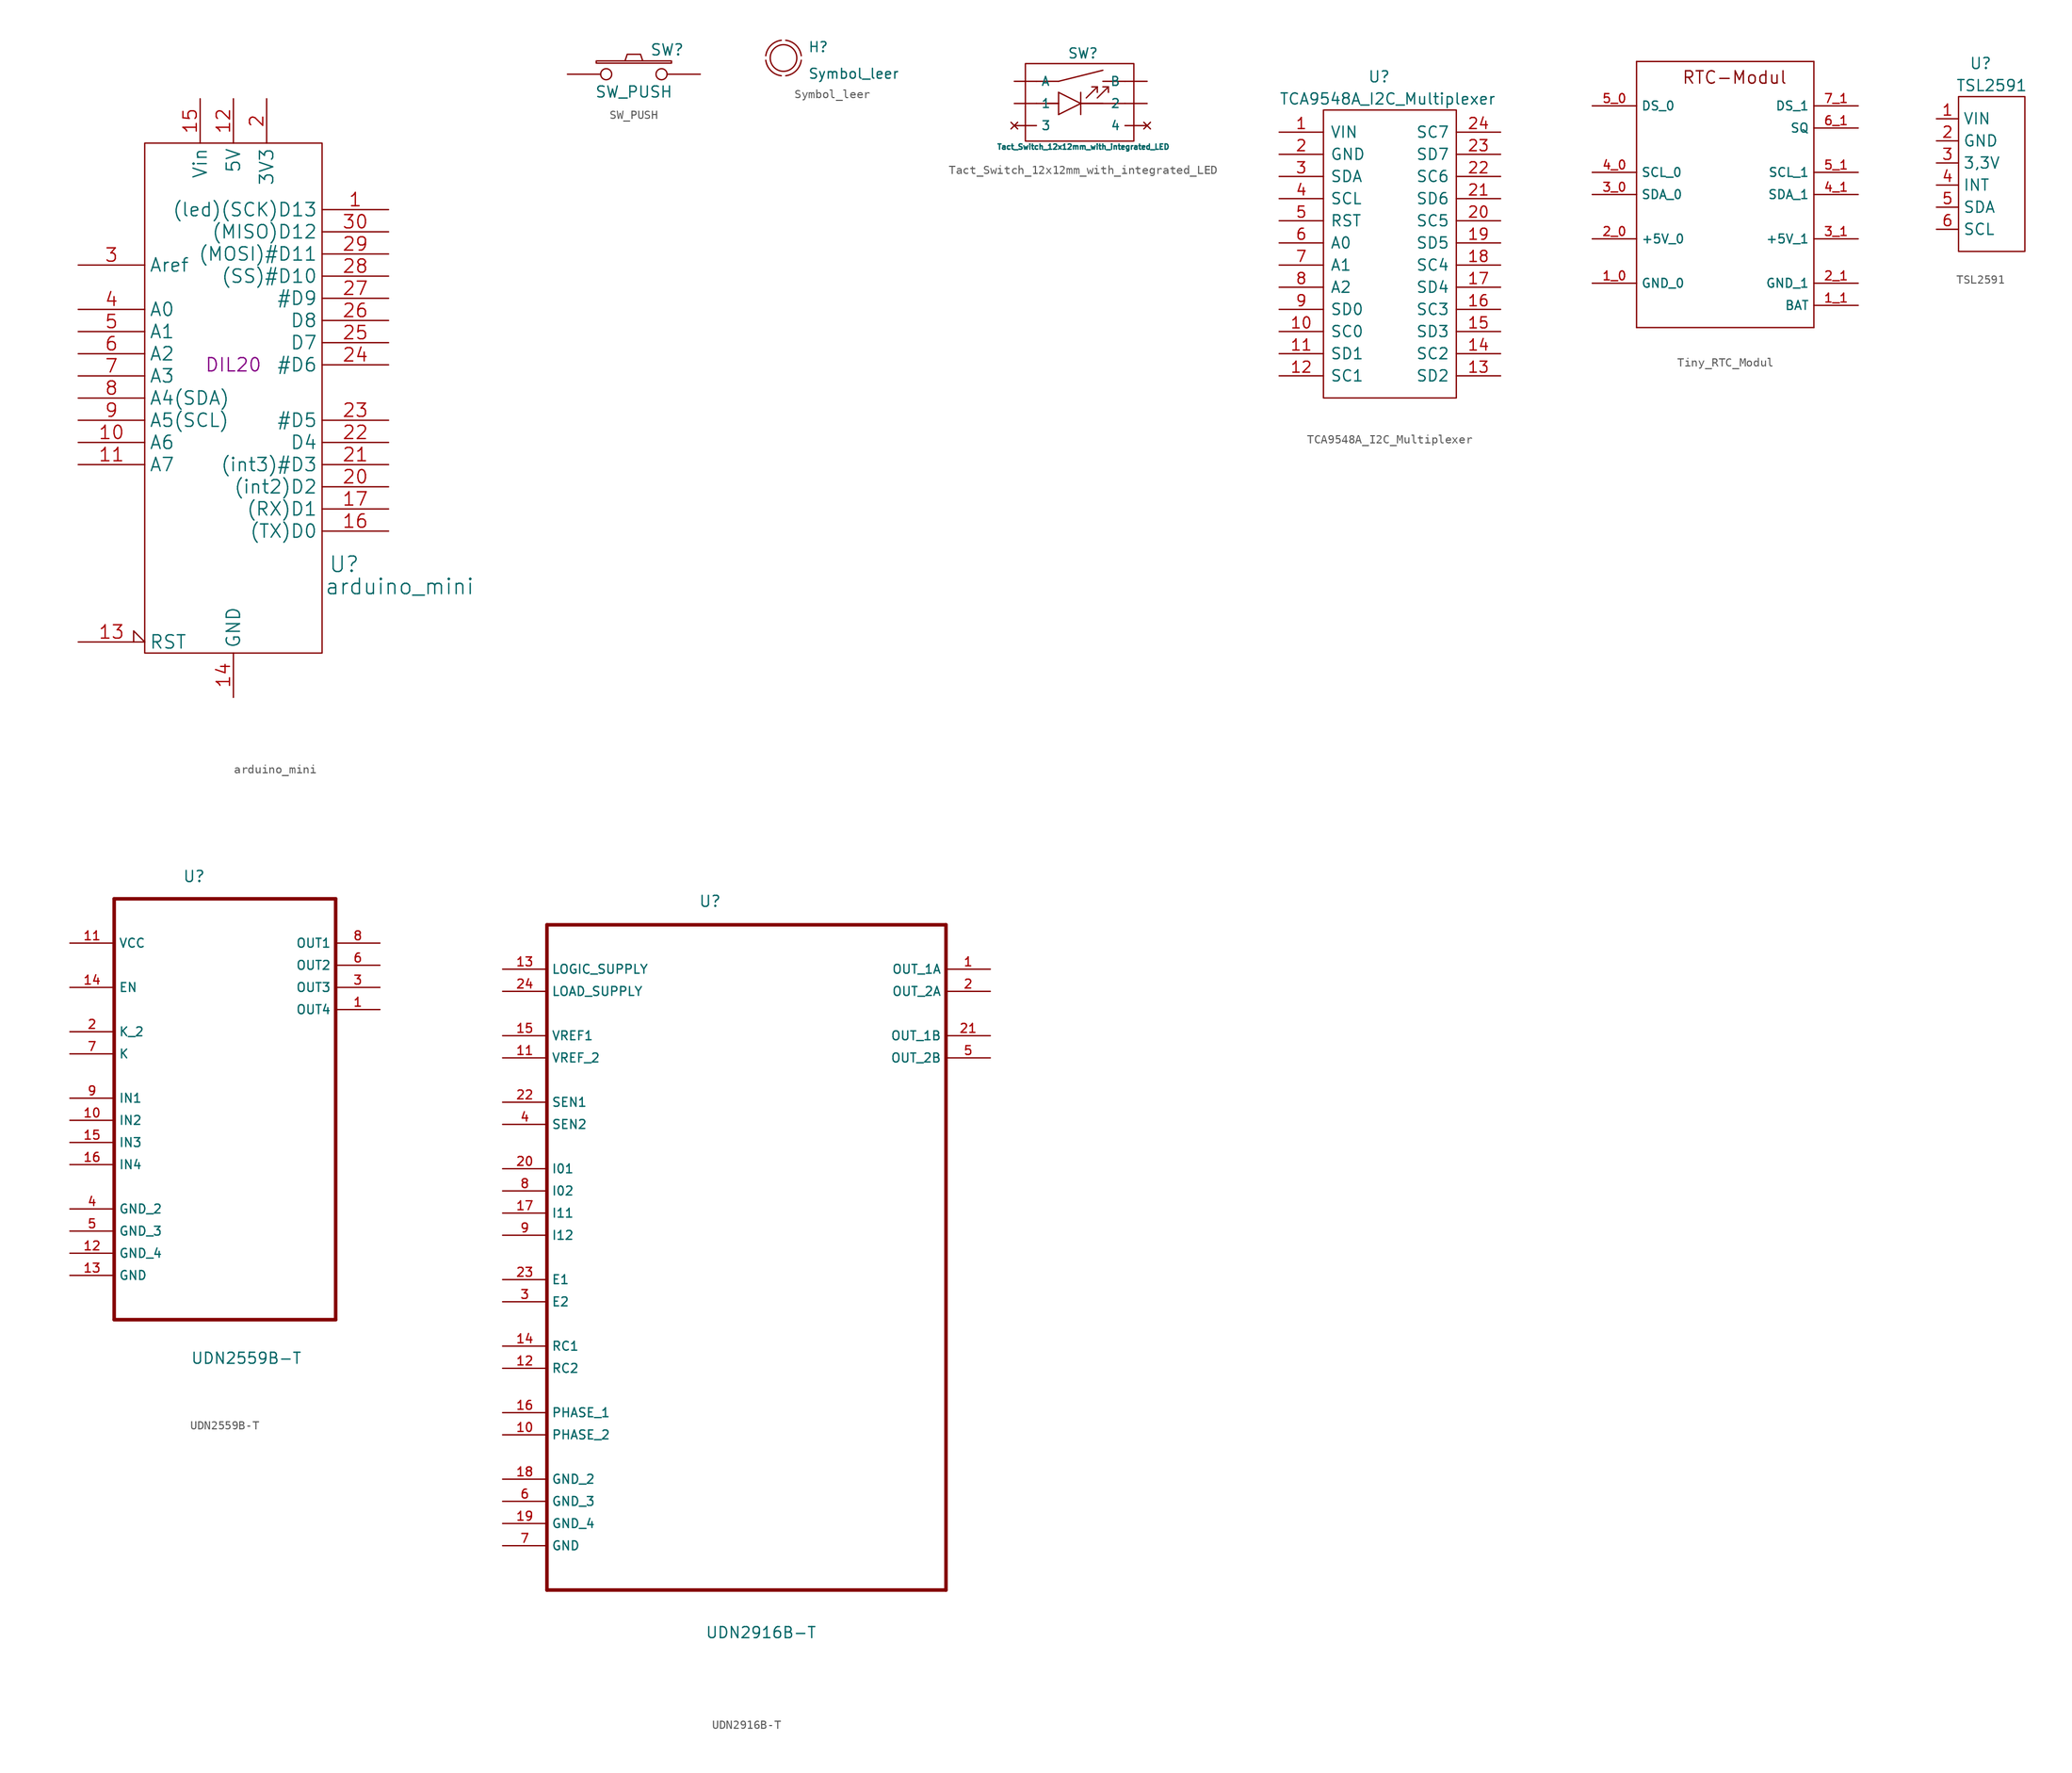
<source format=kicad_sym>
(kicad_symbol_lib
  (version 20201005)
  (generator kicad_symbol_editor)
  (symbol "Zimprich:arduino_mini"
    (property "Reference" "U"
      (at 12.7 -24.13 0)
      (effects (font (size 1.778 1.778))))
    (property "Value" "arduino_mini"
      (at 19.05 -26.67 0)
      (effects (font (size 1.778 1.778))))
    (property "Footprint" "DIL20"
      (at 0 -1.27 0)
      (effects (font (size 1.524 1.524))))
    (symbol "arduino_mini_0_0"
      (pin power_in line (at 0 -39.37 90) (length 5.08) (name "GND" (effects (font (size 1.524 1.524)))) (number "14" (effects (font (size 1.524 1.524)))))
      (pin power_in line (at -3.81 29.21 270) (length 5.08) (name "Vin" (effects (font (size 1.524 1.524)))) (number "15" (effects (font (size 1.524 1.524))))))
    (symbol "arduino_mini_0_1"
      (rectangle (start -10.16 24.13) (end 10.16 -34.29) (stroke (width 0)) (fill (type none))))
    (symbol "arduino_mini_1_1"
      (pin input line (at 17.78 16.51 180) (length 7.62) (name "(led)(SCK)D13" (effects (font (size 1.524 1.524)))) (number "1" (effects (font (size 1.524 1.524)))))
      (pin bidirectional line (at -17.78 -10.16 0) (length 7.62) (name "A6" (effects (font (size 1.524 1.524)))) (number "10" (effects (font (size 1.524 1.524)))))
      (pin bidirectional line (at -17.78 -12.7 0) (length 7.62) (name "A7" (effects (font (size 1.524 1.524)))) (number "11" (effects (font (size 1.524 1.524)))))
      (pin power_out line (at 0 29.21 270) (length 5.08) (name "5V" (effects (font (size 1.524 1.524)))) (number "12" (effects (font (size 1.524 1.524)))))
      (pin input input_low (at -17.78 -33.02 0) (length 7.62) (name "RST" (effects (font (size 1.524 1.524)))) (number "13" (effects (font (size 1.524 1.524)))))
      (pin bidirectional line (at 17.78 -20.32 180) (length 7.62) (name "(TX)D0" (effects (font (size 1.524 1.524)))) (number "16" (effects (font (size 1.524 1.524)))))
      (pin bidirectional line (at 17.78 -17.78 180) (length 7.62) (name "(RX)D1" (effects (font (size 1.524 1.524)))) (number "17" (effects (font (size 1.524 1.524)))))
      (pin input input_low (at -17.78 -30.48 0) (length 7.62) hide (name "RST" (effects (font (size 1.524 1.524)))) (number "18" (effects (font (size 1.524 1.524)))))
      (pin power_in line (at 2.54 -39.37 90) (length 5.08) hide (name "GND" (effects (font (size 1.524 1.524)))) (number "19" (effects (font (size 1.524 1.524)))))
      (pin power_out line (at 3.81 29.21 270) (length 5.08) (name "3V3" (effects (font (size 1.524 1.524)))) (number "2" (effects (font (size 1.524 1.524)))))
      (pin bidirectional line (at 17.78 -15.24 180) (length 7.62) (name "(int2)D2" (effects (font (size 1.524 1.524)))) (number "20" (effects (font (size 1.524 1.524)))))
      (pin bidirectional line (at 17.78 -12.7 180) (length 7.62) (name "(int3)#D3" (effects (font (size 1.524 1.524)))) (number "21" (effects (font (size 1.524 1.524)))))
      (pin bidirectional line (at 17.78 -10.16 180) (length 7.62) (name "D4" (effects (font (size 1.524 1.524)))) (number "22" (effects (font (size 1.524 1.524)))))
      (pin bidirectional line (at 17.78 -7.62 180) (length 7.62) (name "#D5" (effects (font (size 1.524 1.524)))) (number "23" (effects (font (size 1.524 1.524)))))
      (pin bidirectional line (at 17.78 -1.27 180) (length 7.62) (name "#D6" (effects (font (size 1.524 1.524)))) (number "24" (effects (font (size 1.524 1.524)))))
      (pin bidirectional line (at 17.78 1.27 180) (length 7.62) (name "D7" (effects (font (size 1.524 1.524)))) (number "25" (effects (font (size 1.524 1.524)))))
      (pin bidirectional line (at 17.78 3.81 180) (length 7.62) (name "D8" (effects (font (size 1.524 1.524)))) (number "26" (effects (font (size 1.524 1.524)))))
      (pin bidirectional line (at 17.78 6.35 180) (length 7.62) (name "#D9" (effects (font (size 1.524 1.524)))) (number "27" (effects (font (size 1.524 1.524)))))
      (pin bidirectional line (at 17.78 8.89 180) (length 7.62) (name "(SS)#D10" (effects (font (size 1.524 1.524)))) (number "28" (effects (font (size 1.524 1.524)))))
      (pin bidirectional line (at 17.78 11.43 180) (length 7.62) (name "(MOSI)#D11" (effects (font (size 1.524 1.524)))) (number "29" (effects (font (size 1.524 1.524)))))
      (pin input line (at -17.78 10.16 0) (length 7.62) (name "Aref" (effects (font (size 1.524 1.524)))) (number "3" (effects (font (size 1.524 1.524)))))
      (pin bidirectional line (at 17.78 13.97 180) (length 7.62) (name "(MISO)D12" (effects (font (size 1.524 1.524)))) (number "30" (effects (font (size 1.524 1.524)))))
      (pin bidirectional line (at -17.78 5.08 0) (length 7.62) (name "A0" (effects (font (size 1.524 1.524)))) (number "4" (effects (font (size 1.524 1.524)))))
      (pin bidirectional line (at -17.78 2.54 0) (length 7.62) (name "A1" (effects (font (size 1.524 1.524)))) (number "5" (effects (font (size 1.524 1.524)))))
      (pin bidirectional line (at -17.78 0 0) (length 7.62) (name "A2" (effects (font (size 1.524 1.524)))) (number "6" (effects (font (size 1.524 1.524)))))
      (pin bidirectional line (at -17.78 -2.54 0) (length 7.62) (name "A3" (effects (font (size 1.524 1.524)))) (number "7" (effects (font (size 1.524 1.524)))))
      (pin bidirectional line (at -17.78 -5.08 0) (length 7.62) (name "A4(SDA)" (effects (font (size 1.524 1.524)))) (number "8" (effects (font (size 1.524 1.524)))))
      (pin bidirectional line (at -17.78 -7.62 0) (length 7.62) (name "A5(SCL)" (effects (font (size 1.524 1.524)))) (number "9" (effects (font (size 1.524 1.524)))))))
  (symbol "Zimprich:SW_PUSH"
    (pin_numbers hide)
    (pin_names hide)
    (property "Reference" "SW"
      (at 3.81 2.794 0)
      (effects (font (size 1.27 1.27))))
    (property "Value" "SW_PUSH"
      (at 0 -2.032 0)
      (effects (font (size 1.27 1.27))))
    (property "Footprint" ""
      (at 0 0 0)
      (effects (font (size 1.524 1.524))))
    (property "Datasheet" ""
      (at 0 0 0)
      (effects (font (size 1.524 1.524))))
    (symbol "SW_PUSH_0_1"
      (rectangle (start -4.318 1.27) (end 4.318 1.524) (stroke (width 0)) (fill (type none)))
      (polyline (pts (xy -1.016 1.524) (xy -0.762 2.286) (xy 0.762 2.286) (xy 1.016 1.524)) (stroke (width 0)) (fill (type none)))
      (pin passive inverted (at -7.62 0 0) (length 5.08) (name "1" (effects (font (size 1.524 1.524)))) (number "1" (effects (font (size 1.524 1.524)))))
      (pin passive inverted (at 7.62 0 180) (length 5.08) (name "2" (effects (font (size 1.524 1.524)))) (number "2" (effects (font (size 1.524 1.524)))))))
  (symbol "Zimprich:Symbol_leer"
    (pin_numbers hide)
    (pin_names hide)
    (property "Reference" "H"
      (at 2.794 0.584 0)
      (effects (font (size 1.143 1.143)) (justify left bottom)))
    (property "Value" "Symbol_leer"
      (at 2.794 -2.464 0)
      (effects (font (size 1.143 1.143)) (justify left bottom)))
    (property "ki_locked" ""
      (at 0 0 0)
      (effects (font (size 1.27 1.27))))
    (symbol "Symbol_leer_1_1"
      (arc (start 2.032 0.254) (end 0.254 2.032) (radius (at 0 0) (length 2.032) (angles 7.3 82.8)) (stroke (width 0)) (fill (type none)))
      (arc (start -0.254 2.032) (end -2.032 0.254) (radius (at 0 0) (length 2.032) (angles 97.3 172.8)) (stroke (width 0)) (fill (type none)))
      (arc (start -2.032 -0.254) (end -0.254 -2.032) (radius (at 0 0) (length 2.032) (angles -172.7 -97.2)) (stroke (width 0)) (fill (type none)))
      (arc (start 0.254 -2.032) (end 2.032 -0.254) (radius (at 0 0) (length 2.032) (angles -82.7 -7.2)) (stroke (width 0)) (fill (type none)))
      (circle (center 0 0) (radius 1.524) (stroke (width 0)) (fill (type none)))))
  (symbol "Zimprich:Tact_Switch_12x12mm_with_integrated_LED"
    (pin_numbers hide)
    (property "Reference" "SW"
      (at -1.524 5.08 0)
      (effects (font (size 1.143 1.143)) (justify left bottom)))
    (property "Value" "Tact_Switch_12x12mm_with_integrated_LED"
      (at -9.652 -5.334 0)
      (effects (font (size 0.61 0.61)) (justify left bottom)))
    (symbol "Tact_Switch_12x12mm_with_integrated_LED_0_1"
      (rectangle (start -6.35 4.572) (end 6.096 -4.318) (stroke (width 0)) (fill (type none))))
    (symbol "Tact_Switch_12x12mm_with_integrated_LED_1_0"
      (polyline (pts (xy -5.08 0) (xy -2.54 0)) (stroke (width 0)) (fill (type none)))
      (polyline (pts (xy -5.08 2.54) (xy -2.54 2.54)) (stroke (width 0)) (fill (type none)))
      (polyline (pts (xy -3.81 0) (xy -2.54 0)) (stroke (width 0)) (fill (type none)))
      (polyline (pts (xy -2.54 0) (xy -2.54 -1.27)) (stroke (width 0)) (fill (type none)))
      (polyline (pts (xy -2.54 1.27) (xy -2.54 0)) (stroke (width 0)) (fill (type none)))
      (polyline (pts (xy -2.54 1.27) (xy 0 0)) (stroke (width 0)) (fill (type none)))
      (polyline (pts (xy -2.54 2.54) (xy 2.54 3.81)) (stroke (width 0)) (fill (type none)))
      (polyline (pts (xy 0 0) (xy -2.54 -1.27)) (stroke (width 0)) (fill (type none)))
      (polyline (pts (xy 0 0) (xy 0 -1.27)) (stroke (width 0)) (fill (type none)))
      (polyline (pts (xy 0 0) (xy 2.54 0)) (stroke (width 0)) (fill (type none)))
      (polyline (pts (xy 0 0) (xy 5.08 0)) (stroke (width 0)) (fill (type none)))
      (polyline (pts (xy 0 1.27) (xy 0 0)) (stroke (width 0)) (fill (type none)))
      (polyline (pts (xy 0.635 0.635) (xy 1.905 1.905)) (stroke (width 0)) (fill (type none)))
      (polyline (pts (xy 1.905 0.635) (xy 3.175 1.905)) (stroke (width 0)) (fill (type none)))
      (polyline (pts (xy 1.905 1.905) (xy 1.27 1.905)) (stroke (width 0)) (fill (type none)))
      (polyline (pts (xy 1.905 1.905) (xy 1.905 1.27)) (stroke (width 0)) (fill (type none)))
      (polyline (pts (xy 2.54 2.54) (xy 5.08 2.54)) (stroke (width 0)) (fill (type none)))
      (polyline (pts (xy 3.175 1.905) (xy 2.54 1.905)) (stroke (width 0)) (fill (type none)))
      (polyline (pts (xy 3.175 1.905) (xy 3.175 1.27)) (stroke (width 0)) (fill (type none))))
    (symbol "Tact_Switch_12x12mm_with_integrated_LED_1_1"
      (pin passive line (at -7.62 0 0) (length 2.54) (name "1" (effects (font (size 1.016 1.016)))) (number "1" (effects (font (size 1.016 1.016)))))
      (pin passive line (at 7.62 0 180) (length 2.54) (name "2" (effects (font (size 1.016 1.016)))) (number "2" (effects (font (size 1.016 1.016)))))
      (pin unconnected line (at -7.62 -2.54 0) (length 2.54) (name "3" (effects (font (size 1.016 1.016)))) (number "3" (effects (font (size 1.016 1.016)))))
      (pin unconnected line (at 7.62 -2.54 180) (length 2.54) (name "4" (effects (font (size 1.016 1.016)))) (number "4" (effects (font (size 1.016 1.016)))))
      (pin passive line (at -7.62 2.54 0) (length 2.54) (name "A" (effects (font (size 1.016 1.016)))) (number "A" (effects (font (size 1.016 1.016)))))
      (pin passive line (at 7.62 2.54 180) (length 2.54) (name "B" (effects (font (size 1.016 1.016)))) (number "B" (effects (font (size 1.016 1.016)))))))
  (symbol "Zimprich:TCA9548A_I2C_Multiplexer"
    (pin_names
      (offset 0.762))
    (property "Reference" "U"
      (at -2.54 20.32 0)
      (effects (font (size 1.27 1.27)) (justify left)))
    (property "Value" "TCA9548A_I2C_Multiplexer"
      (at -12.7 17.78 0)
      (effects (font (size 1.27 1.27)) (justify left)))
    (symbol "TCA9548A_I2C_Multiplexer_0_0"
      (pin bidirectional line (at -12.7 13.97 0) (length 5.08) (name "VIN" (effects (font (size 1.27 1.27)))) (number "1" (effects (font (size 1.27 1.27)))))
      (pin bidirectional line (at -12.7 -8.89 0) (length 5.08) (name "SC0" (effects (font (size 1.27 1.27)))) (number "10" (effects (font (size 1.27 1.27)))))
      (pin bidirectional line (at -12.7 -11.43 0) (length 5.08) (name "SD1" (effects (font (size 1.27 1.27)))) (number "11" (effects (font (size 1.27 1.27)))))
      (pin bidirectional line (at -12.7 -13.97 0) (length 5.08) (name "SC1" (effects (font (size 1.27 1.27)))) (number "12" (effects (font (size 1.27 1.27)))))
      (pin bidirectional line (at 12.7 -13.97 180) (length 5.08) (name "SD2" (effects (font (size 1.27 1.27)))) (number "13" (effects (font (size 1.27 1.27)))))
      (pin bidirectional line (at 12.7 -11.43 180) (length 5.08) (name "SC2" (effects (font (size 1.27 1.27)))) (number "14" (effects (font (size 1.27 1.27)))))
      (pin bidirectional line (at 12.7 -8.89 180) (length 5.08) (name "SD3" (effects (font (size 1.27 1.27)))) (number "15" (effects (font (size 1.27 1.27)))))
      (pin bidirectional line (at 12.7 -6.35 180) (length 5.08) (name "SC3" (effects (font (size 1.27 1.27)))) (number "16" (effects (font (size 1.27 1.27)))))
      (pin bidirectional line (at 12.7 -3.81 180) (length 5.08) (name "SD4" (effects (font (size 1.27 1.27)))) (number "17" (effects (font (size 1.27 1.27)))))
      (pin bidirectional line (at 12.7 -1.27 180) (length 5.08) (name "SC4" (effects (font (size 1.27 1.27)))) (number "18" (effects (font (size 1.27 1.27)))))
      (pin bidirectional line (at 12.7 1.27 180) (length 5.08) (name "SD5" (effects (font (size 1.27 1.27)))) (number "19" (effects (font (size 1.27 1.27)))))
      (pin bidirectional line (at -12.7 11.43 0) (length 5.08) (name "GND" (effects (font (size 1.27 1.27)))) (number "2" (effects (font (size 1.27 1.27)))))
      (pin bidirectional line (at 12.7 3.81 180) (length 5.08) (name "SC5" (effects (font (size 1.27 1.27)))) (number "20" (effects (font (size 1.27 1.27)))))
      (pin bidirectional line (at 12.7 6.35 180) (length 5.08) (name "SD6" (effects (font (size 1.27 1.27)))) (number "21" (effects (font (size 1.27 1.27)))))
      (pin bidirectional line (at 12.7 8.89 180) (length 5.08) (name "SC6" (effects (font (size 1.27 1.27)))) (number "22" (effects (font (size 1.27 1.27)))))
      (pin bidirectional line (at 12.7 11.43 180) (length 5.08) (name "SD7" (effects (font (size 1.27 1.27)))) (number "23" (effects (font (size 1.27 1.27)))))
      (pin bidirectional line (at 12.7 13.97 180) (length 5.08) (name "SC7" (effects (font (size 1.27 1.27)))) (number "24" (effects (font (size 1.27 1.27)))))
      (pin bidirectional line (at -12.7 8.89 0) (length 5.08) (name "SDA" (effects (font (size 1.27 1.27)))) (number "3" (effects (font (size 1.27 1.27)))))
      (pin bidirectional line (at -12.7 6.35 0) (length 5.08) (name "SCL" (effects (font (size 1.27 1.27)))) (number "4" (effects (font (size 1.27 1.27)))))
      (pin bidirectional line (at -12.7 3.81 0) (length 5.08) (name "RST" (effects (font (size 1.27 1.27)))) (number "5" (effects (font (size 1.27 1.27)))))
      (pin bidirectional line (at -12.7 1.27 0) (length 5.08) (name "A0" (effects (font (size 1.27 1.27)))) (number "6" (effects (font (size 1.27 1.27)))))
      (pin bidirectional line (at -12.7 -1.27 0) (length 5.08) (name "A1" (effects (font (size 1.27 1.27)))) (number "7" (effects (font (size 1.27 1.27)))))
      (pin bidirectional line (at -12.7 -3.81 0) (length 5.08) (name "A2" (effects (font (size 1.27 1.27)))) (number "8" (effects (font (size 1.27 1.27)))))
      (pin bidirectional line (at -12.7 -6.35 0) (length 5.08) (name "SD0" (effects (font (size 1.27 1.27)))) (number "9" (effects (font (size 1.27 1.27))))))
    (symbol "TCA9548A_I2C_Multiplexer_0_1"
      (rectangle (start -7.62 16.51) (end 7.62 -16.51) (stroke (width 0)) (fill (type none)))))
  (symbol "Zimprich:Tiny_RTC_Modul"
    (property "Reference" "MD"
      (at 0 0 0)
      (effects (font (size 1.143 1.143)) hide))
    (symbol "Tiny_RTC_Modul_1_0"
      (text "RTC-Modul" (at 1.067 13.411 0) (effects (font (size 1.422 1.422))))
      (polyline (pts (xy -10.16 -15.24) (xy -10.16 15.24)) (stroke (width 0)) (fill (type none)))
      (polyline (pts (xy -10.16 15.24) (xy 10.16 15.24)) (stroke (width 0)) (fill (type none)))
      (polyline (pts (xy 10.16 -15.24) (xy -10.16 -15.24)) (stroke (width 0)) (fill (type none)))
      (polyline (pts (xy 10.16 15.24) (xy 10.16 -15.24)) (stroke (width 0)) (fill (type none))))
    (symbol "Tiny_RTC_Modul_1_1"
      (pin power_in line (at -15.24 -10.16 0) (length 5.08) (name "GND_0" (effects (font (size 1.016 1.016)))) (number "1_0" (effects (font (size 1.016 1.016)))))
      (pin power_in line (at 15.24 -12.7 180) (length 5.08) (name "BAT" (effects (font (size 1.016 1.016)))) (number "1_1" (effects (font (size 1.016 1.016)))))
      (pin power_in line (at -15.24 -5.08 0) (length 5.08) (name "+5V_0" (effects (font (size 1.016 1.016)))) (number "2_0" (effects (font (size 1.016 1.016)))))
      (pin power_in line (at 15.24 -10.16 180) (length 5.08) (name "GND_1" (effects (font (size 1.016 1.016)))) (number "2_1" (effects (font (size 1.016 1.016)))))
      (pin bidirectional line (at -15.24 0 0) (length 5.08) (name "SDA_0" (effects (font (size 1.016 1.016)))) (number "3_0" (effects (font (size 1.016 1.016)))))
      (pin power_in line (at 15.24 -5.08 180) (length 5.08) (name "+5V_1" (effects (font (size 1.016 1.016)))) (number "3_1" (effects (font (size 1.016 1.016)))))
      (pin bidirectional line (at -15.24 2.54 0) (length 5.08) (name "SCL_0" (effects (font (size 1.016 1.016)))) (number "4_0" (effects (font (size 1.016 1.016)))))
      (pin bidirectional line (at 15.24 0 180) (length 5.08) (name "SDA_1" (effects (font (size 1.016 1.016)))) (number "4_1" (effects (font (size 1.016 1.016)))))
      (pin bidirectional line (at -15.24 10.16 0) (length 5.08) (name "DS_0" (effects (font (size 1.016 1.016)))) (number "5_0" (effects (font (size 1.016 1.016)))))
      (pin bidirectional line (at 15.24 2.54 180) (length 5.08) (name "SCL_1" (effects (font (size 1.016 1.016)))) (number "5_1" (effects (font (size 1.016 1.016)))))
      (pin output line (at 15.24 7.62 180) (length 5.08) (name "SQ" (effects (font (size 1.016 1.016)))) (number "6_1" (effects (font (size 1.016 1.016)))))
      (pin bidirectional line (at 15.24 10.16 180) (length 5.08) (name "DS_1" (effects (font (size 1.016 1.016)))) (number "7_1" (effects (font (size 1.016 1.016)))))))
  (symbol "Zimprich:TSL2591"
    (property "Reference" "U"
      (at -1.27 12.7 0)
      (effects (font (size 1.27 1.27))))
    (property "Value" "TSL2591"
      (at 0 10.16 0)
      (effects (font (size 1.27 1.27))))
    (symbol "TSL2591_0_1"
      (rectangle (start -3.81 8.89) (end 3.81 -8.89) (stroke (width 0)) (fill (type none))))
    (symbol "TSL2591_1_1"
      (pin input line (at -6.35 6.35 0) (length 2.54) (name "VIN" (effects (font (size 1.27 1.27)))) (number "1" (effects (font (size 1.27 1.27)))))
      (pin input line (at -6.35 3.81 0) (length 2.54) (name "GND" (effects (font (size 1.27 1.27)))) (number "2" (effects (font (size 1.27 1.27)))))
      (pin input line (at -6.35 1.27 0) (length 2.54) (name "3,3V" (effects (font (size 1.27 1.27)))) (number "3" (effects (font (size 1.27 1.27)))))
      (pin input line (at -6.35 -1.27 0) (length 2.54) (name "INT" (effects (font (size 1.27 1.27)))) (number "4" (effects (font (size 1.27 1.27)))))
      (pin input line (at -6.35 -3.81 0) (length 2.54) (name "SDA" (effects (font (size 1.27 1.27)))) (number "5" (effects (font (size 1.27 1.27)))))
      (pin input line (at -6.35 -6.35 0) (length 2.54) (name "SCL" (effects (font (size 1.27 1.27)))) (number "6" (effects (font (size 1.27 1.27)))))))
  (symbol "Zimprich:UDN2559B-T"
    (property "Reference" "U"
      (at -4.851 22.885 0)
      (effects (font (size 1.27 1.27)) (justify left)))
    (property "Value" "UDN2559B-T"
      (at -3.937 -32.36 0)
      (effects (font (size 1.27 1.27)) (justify left)))
    (property "ki_locked" ""
      (at 0 0 0)
      (effects (font (size 1.27 1.27))))
    (symbol "UDN2559B-T_0_0"
      (polyline (pts (xy -12.7 -27.94) (xy 12.7 -27.94)) (stroke (width 0.406)) (fill (type none)))
      (polyline (pts (xy -12.7 20.32) (xy -12.7 -27.94)) (stroke (width 0.406)) (fill (type none)))
      (polyline (pts (xy 12.7 -27.94) (xy 12.7 20.32)) (stroke (width 0.406)) (fill (type none)))
      (polyline (pts (xy 12.7 20.32) (xy -12.7 20.32)) (stroke (width 0.406)) (fill (type none)))
      (pin output line (at 17.78 7.62 180) (length 5.08) (name "OUT4" (effects (font (size 1.016 1.016)))) (number "1" (effects (font (size 1.016 1.016)))))
      (pin input line (at -17.78 -5.08 0) (length 5.08) (name "IN2" (effects (font (size 1.016 1.016)))) (number "10" (effects (font (size 1.016 1.016)))))
      (pin input line (at -17.78 15.24 0) (length 5.08) (name "VCC" (effects (font (size 1.016 1.016)))) (number "11" (effects (font (size 1.016 1.016)))))
      (pin passive line (at -17.78 -20.32 0) (length 5.08) (name "GND_4" (effects (font (size 1.016 1.016)))) (number "12" (effects (font (size 1.016 1.016)))))
      (pin passive line (at -17.78 -22.86 0) (length 5.08) (name "GND" (effects (font (size 1.016 1.016)))) (number "13" (effects (font (size 1.016 1.016)))))
      (pin input line (at -17.78 10.16 0) (length 5.08) (name "EN" (effects (font (size 1.016 1.016)))) (number "14" (effects (font (size 1.016 1.016)))))
      (pin input line (at -17.78 -7.62 0) (length 5.08) (name "IN3" (effects (font (size 1.016 1.016)))) (number "15" (effects (font (size 1.016 1.016)))))
      (pin input line (at -17.78 -10.16 0) (length 5.08) (name "IN4" (effects (font (size 1.016 1.016)))) (number "16" (effects (font (size 1.016 1.016)))))
      (pin passive line (at -17.78 5.08 0) (length 5.08) (name "K_2" (effects (font (size 1.016 1.016)))) (number "2" (effects (font (size 1.016 1.016)))))
      (pin output line (at 17.78 10.16 180) (length 5.08) (name "OUT3" (effects (font (size 1.016 1.016)))) (number "3" (effects (font (size 1.016 1.016)))))
      (pin passive line (at -17.78 -15.24 0) (length 5.08) (name "GND_2" (effects (font (size 1.016 1.016)))) (number "4" (effects (font (size 1.016 1.016)))))
      (pin passive line (at -17.78 -17.78 0) (length 5.08) (name "GND_3" (effects (font (size 1.016 1.016)))) (number "5" (effects (font (size 1.016 1.016)))))
      (pin output line (at 17.78 12.7 180) (length 5.08) (name "OUT2" (effects (font (size 1.016 1.016)))) (number "6" (effects (font (size 1.016 1.016)))))
      (pin passive line (at -17.78 2.54 0) (length 5.08) (name "K" (effects (font (size 1.016 1.016)))) (number "7" (effects (font (size 1.016 1.016)))))
      (pin output line (at 17.78 15.24 180) (length 5.08) (name "OUT1" (effects (font (size 1.016 1.016)))) (number "8" (effects (font (size 1.016 1.016)))))
      (pin input line (at -17.78 -2.54 0) (length 5.08) (name "IN1" (effects (font (size 1.016 1.016)))) (number "9" (effects (font (size 1.016 1.016)))))))
  (symbol "Zimprich:UDN2916B-T"
    (property "Reference" "U"
      (at -5.486 38.252 0)
      (effects (font (size 1.27 1.27)) (justify left)))
    (property "Value" "UDN2916B-T"
      (at -4.724 -45.517 0)
      (effects (font (size 1.27 1.27)) (justify left)))
    (property "ki_locked" ""
      (at 0 0 0)
      (effects (font (size 1.27 1.27))))
    (symbol "UDN2916B-T_0_0"
      (polyline (pts (xy -22.86 -40.64) (xy 22.86 -40.64)) (stroke (width 0.406)) (fill (type none)))
      (polyline (pts (xy -22.86 35.56) (xy -22.86 -40.64)) (stroke (width 0.406)) (fill (type none)))
      (polyline (pts (xy 22.86 -40.64) (xy 22.86 35.56)) (stroke (width 0.406)) (fill (type none)))
      (polyline (pts (xy 22.86 35.56) (xy -22.86 35.56)) (stroke (width 0.406)) (fill (type none)))
      (pin output line (at 27.94 30.48 180) (length 5.08) (name "OUT_1A" (effects (font (size 1.016 1.016)))) (number "1" (effects (font (size 1.016 1.016)))))
      (pin input line (at -27.94 -22.86 0) (length 5.08) (name "PHASE_2" (effects (font (size 1.016 1.016)))) (number "10" (effects (font (size 1.016 1.016)))))
      (pin input line (at -27.94 20.32 0) (length 5.08) (name "VREF_2" (effects (font (size 1.016 1.016)))) (number "11" (effects (font (size 1.016 1.016)))))
      (pin input line (at -27.94 -15.24 0) (length 5.08) (name "RC2" (effects (font (size 1.016 1.016)))) (number "12" (effects (font (size 1.016 1.016)))))
      (pin input line (at -27.94 30.48 0) (length 5.08) (name "LOGIC_SUPPLY" (effects (font (size 1.016 1.016)))) (number "13" (effects (font (size 1.016 1.016)))))
      (pin input line (at -27.94 -12.7 0) (length 5.08) (name "RC1" (effects (font (size 1.016 1.016)))) (number "14" (effects (font (size 1.016 1.016)))))
      (pin input line (at -27.94 22.86 0) (length 5.08) (name "VREF1" (effects (font (size 1.016 1.016)))) (number "15" (effects (font (size 1.016 1.016)))))
      (pin input line (at -27.94 -20.32 0) (length 5.08) (name "PHASE_1" (effects (font (size 1.016 1.016)))) (number "16" (effects (font (size 1.016 1.016)))))
      (pin input line (at -27.94 2.54 0) (length 5.08) (name "I11" (effects (font (size 1.016 1.016)))) (number "17" (effects (font (size 1.016 1.016)))))
      (pin passive line (at -27.94 -27.94 0) (length 5.08) (name "GND_2" (effects (font (size 1.016 1.016)))) (number "18" (effects (font (size 1.016 1.016)))))
      (pin passive line (at -27.94 -33.02 0) (length 5.08) (name "GND_4" (effects (font (size 1.016 1.016)))) (number "19" (effects (font (size 1.016 1.016)))))
      (pin output line (at 27.94 27.94 180) (length 5.08) (name "OUT_2A" (effects (font (size 1.016 1.016)))) (number "2" (effects (font (size 1.016 1.016)))))
      (pin input line (at -27.94 7.62 0) (length 5.08) (name "I01" (effects (font (size 1.016 1.016)))) (number "20" (effects (font (size 1.016 1.016)))))
      (pin output line (at 27.94 22.86 180) (length 5.08) (name "OUT_1B" (effects (font (size 1.016 1.016)))) (number "21" (effects (font (size 1.016 1.016)))))
      (pin input line (at -27.94 15.24 0) (length 5.08) (name "SEN1" (effects (font (size 1.016 1.016)))) (number "22" (effects (font (size 1.016 1.016)))))
      (pin input line (at -27.94 -5.08 0) (length 5.08) (name "E1" (effects (font (size 1.016 1.016)))) (number "23" (effects (font (size 1.016 1.016)))))
      (pin input line (at -27.94 27.94 0) (length 5.08) (name "LOAD_SUPPLY" (effects (font (size 1.016 1.016)))) (number "24" (effects (font (size 1.016 1.016)))))
      (pin input line (at -27.94 -7.62 0) (length 5.08) (name "E2" (effects (font (size 1.016 1.016)))) (number "3" (effects (font (size 1.016 1.016)))))
      (pin input line (at -27.94 12.7 0) (length 5.08) (name "SEN2" (effects (font (size 1.016 1.016)))) (number "4" (effects (font (size 1.016 1.016)))))
      (pin output line (at 27.94 20.32 180) (length 5.08) (name "OUT_2B" (effects (font (size 1.016 1.016)))) (number "5" (effects (font (size 1.016 1.016)))))
      (pin passive line (at -27.94 -30.48 0) (length 5.08) (name "GND_3" (effects (font (size 1.016 1.016)))) (number "6" (effects (font (size 1.016 1.016)))))
      (pin passive line (at -27.94 -35.56 0) (length 5.08) (name "GND" (effects (font (size 1.016 1.016)))) (number "7" (effects (font (size 1.016 1.016)))))
      (pin input line (at -27.94 5.08 0) (length 5.08) (name "I02" (effects (font (size 1.016 1.016)))) (number "8" (effects (font (size 1.016 1.016)))))
      (pin input line (at -27.94 0 0) (length 5.08) (name "I12" (effects (font (size 1.016 1.016)))) (number "9" (effects (font (size 1.016 1.016))))))))
</source>
